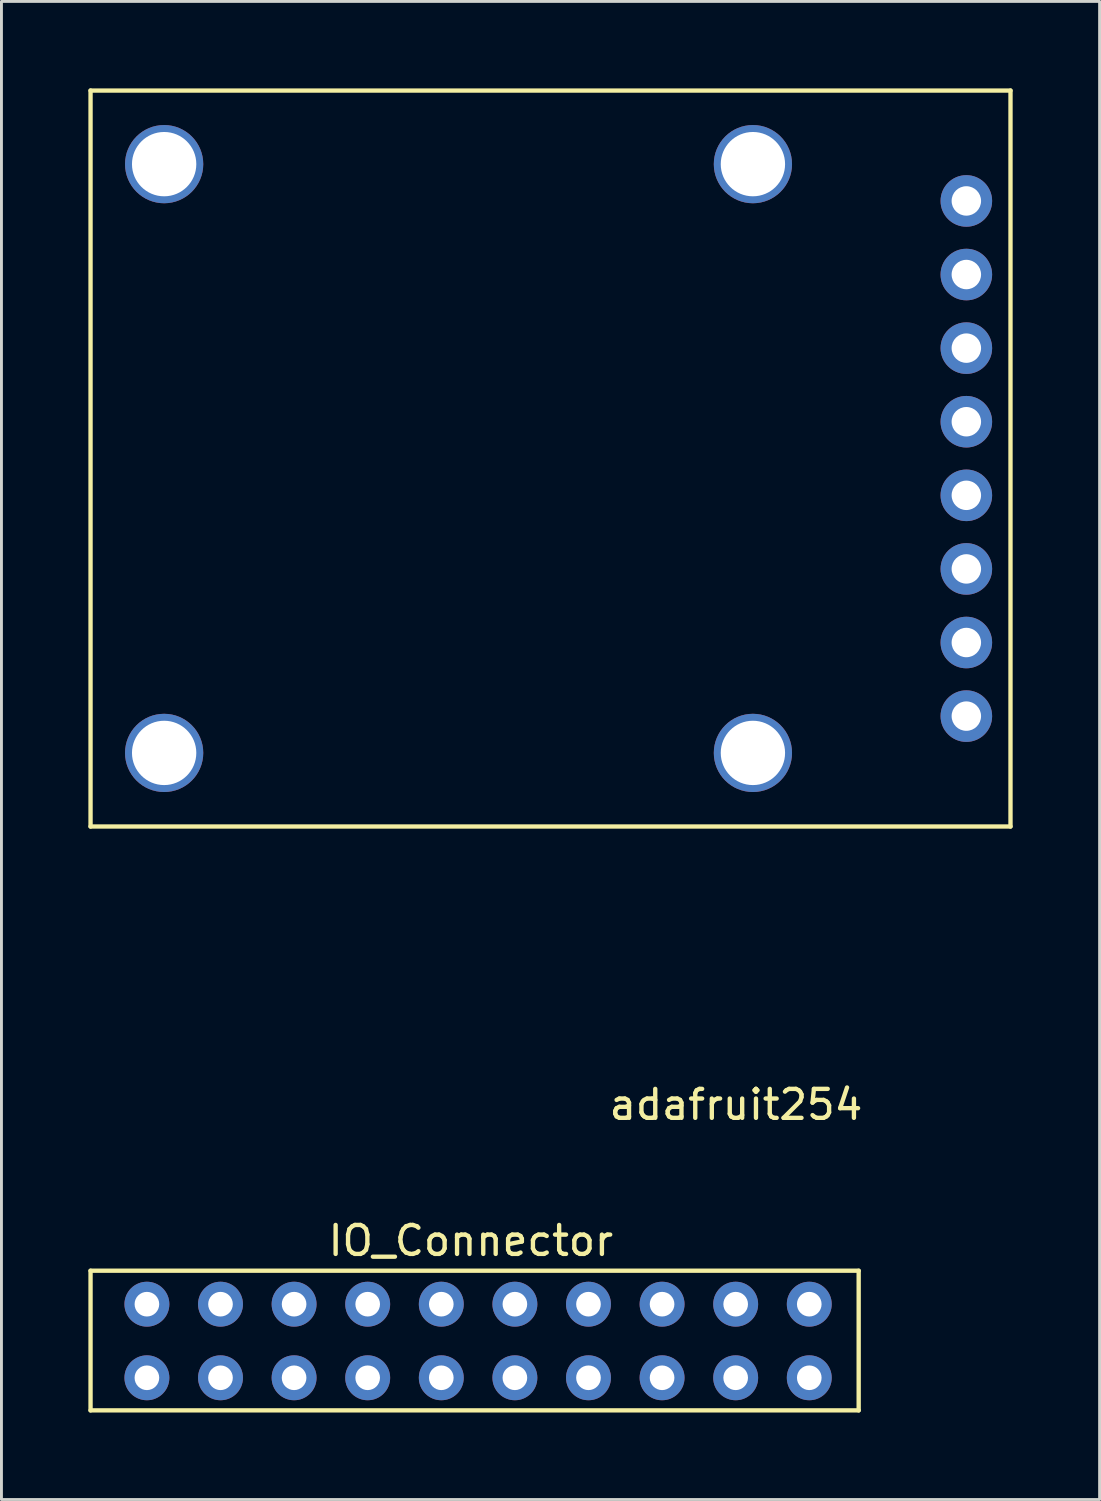
<source format=kicad_pcb>
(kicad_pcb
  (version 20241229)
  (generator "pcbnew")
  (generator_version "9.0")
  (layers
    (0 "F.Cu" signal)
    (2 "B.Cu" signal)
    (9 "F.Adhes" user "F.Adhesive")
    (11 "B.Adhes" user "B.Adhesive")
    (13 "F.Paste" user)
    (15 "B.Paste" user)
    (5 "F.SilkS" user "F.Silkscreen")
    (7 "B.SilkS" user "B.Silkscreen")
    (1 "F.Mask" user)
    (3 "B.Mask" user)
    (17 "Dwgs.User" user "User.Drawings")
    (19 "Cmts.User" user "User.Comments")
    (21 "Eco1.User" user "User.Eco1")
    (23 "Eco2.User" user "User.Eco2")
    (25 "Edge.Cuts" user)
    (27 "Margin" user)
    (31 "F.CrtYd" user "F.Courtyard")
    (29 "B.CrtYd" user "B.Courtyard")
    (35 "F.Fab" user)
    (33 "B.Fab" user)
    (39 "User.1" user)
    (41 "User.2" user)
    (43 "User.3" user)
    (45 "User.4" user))
  (footprint "adafruit254"
    (layer "F.Cu")
    (at 15.95 25.475)
    (property "Reference" "adafruit254" (at 6.4 9.6 0) (layer "F.SilkS") (effects (font (size 1 1) (thickness 0.15))))
    (attr through_hole)
    (fp_line (start -15.875 -25.4) (end -15.875 0) (stroke (width 0.15) (type solid)) (layer "F.SilkS"))
    (fp_line (start -15.875 -25.4) (end 15.875 -25.4) (stroke (width 0.15) (type solid)) (layer "F.SilkS"))
    (fp_line (start -15.875 0) (end 15.875 0) (stroke (width 0.15) (type solid)) (layer "F.SilkS"))
    (fp_line (start 15.875 -25.4) (end 15.875 0) (stroke (width 0.15) (type solid)) (layer "F.SilkS"))
    (pad "" np_thru_hole circle (at -13.335 -22.86) (size 2.7 2.7) (drill 2.22) (layers "*.Cu" "*.Mask"))
    (pad "" np_thru_hole circle (at -13.335 -2.54) (size 2.7 2.7) (drill 2.22) (layers "*.Cu" "*.Mask"))
    (pad "" np_thru_hole circle (at 6.985 -22.86) (size 2.7 2.7) (drill 2.22) (layers "*.Cu" "*.Mask"))
    (pad "" np_thru_hole circle (at 6.985 -2.54) (size 2.7 2.7) (drill 2.22) (layers "*.Cu" "*.Mask"))
    (pad "1" thru_hole circle (at 14.351 -3.81 90) (size 1.78 1.78) (drill 1.016) (layers "*.Cu" "*.Mask"))
    (pad "2" thru_hole circle (at 14.351 -6.35 90) (size 1.78 1.78) (drill 1.016) (layers "*.Cu" "*.Mask"))
    (pad "3" thru_hole circle (at 14.351 -8.89 90) (size 1.78 1.78) (drill 1.016) (layers "*.Cu" "*.Mask"))
    (pad "4" thru_hole circle (at 14.351 -11.43 90) (size 1.78 1.78) (drill 1.016) (layers "*.Cu" "*.Mask"))
    (pad "5" thru_hole circle (at 14.351 -13.97 90) (size 1.78 1.78) (drill 1.016) (layers "*.Cu" "*.Mask"))
    (pad "6" thru_hole circle (at 14.351 -16.51 90) (size 1.78 1.78) (drill 1.016) (layers "*.Cu" "*.Mask"))
    (pad "7" thru_hole circle (at 14.351 -19.05 90) (size 1.78 1.78) (drill 1.016) (layers "*.Cu" "*.Mask"))
    (pad "8" thru_hole circle (at 14.351 -21.59 90) (size 1.78 1.78) (drill 1.016) (layers "*.Cu" "*.Mask")))
  (footprint "IO_Connector"
    (layer "F.Cu")
    (at 3.12 39.761)
    (property "Reference" "IO_Connector" (at 10.08 0.01 0) (layer "F.SilkS") (effects (font (size 1 1) (thickness 0.15))))
    (attr through_hole)
    (fp_line (start -3.045 1.045) (end 23.465 1.045) (stroke (width 0.15) (type solid)) (layer "F.SilkS"))
    (fp_line (start -3.045 5.865) (end -3.045 1.045) (stroke (width 0.15) (type solid)) (layer "F.SilkS"))
    (fp_line (start 23.465 1.045) (end 23.465 5.865) (stroke (width 0.15) (type solid)) (layer "F.SilkS"))
    (fp_line (start 23.465 5.865) (end -3.045 5.865) (stroke (width 0.15) (type solid)) (layer "F.SilkS"))
    (pad "1" thru_hole circle (at -1.1 2.2) (size 1.55 1.55) (drill 0.85) (layers "*.Cu" "*.Mask"))
    (pad "2" thru_hole circle (at 1.44 2.2) (size 1.55 1.55) (drill 0.85) (layers "*.Cu" "*.Mask"))
    (pad "3" thru_hole circle (at 3.98 2.2) (size 1.55 1.55) (drill 0.85) (layers "*.Cu" "*.Mask"))
    (pad "4" thru_hole circle (at 6.52 2.2) (size 1.55 1.55) (drill 0.85) (layers "*.Cu" "*.Mask"))
    (pad "5" thru_hole circle (at 9.06 2.2) (size 1.55 1.55) (drill 0.85) (layers "*.Cu" "*.Mask"))
    (pad "6" thru_hole circle (at 11.6 2.2) (size 1.55 1.55) (drill 0.85) (layers "*.Cu" "*.Mask"))
    (pad "7" thru_hole circle (at 14.14 2.2) (size 1.55 1.55) (drill 0.85) (layers "*.Cu" "*.Mask"))
    (pad "8" thru_hole circle (at 16.68 2.2) (size 1.55 1.55) (drill 0.85) (layers "*.Cu" "*.Mask"))
    (pad "9" thru_hole circle (at 19.22 2.2) (size 1.55 1.55) (drill 0.85) (layers "*.Cu" "*.Mask"))
    (pad "10" thru_hole circle (at 21.76 2.2) (size 1.55 1.55) (drill 0.85) (layers "*.Cu" "*.Mask"))
    (pad "11" thru_hole circle (at -1.1 4.74) (size 1.55 1.55) (drill 0.85) (layers "*.Cu" "*.Mask"))
    (pad "12" thru_hole circle (at 1.44 4.74) (size 1.55 1.55) (drill 0.85) (layers "*.Cu" "*.Mask"))
    (pad "13" thru_hole circle (at 3.98 4.74) (size 1.55 1.55) (drill 0.85) (layers "*.Cu" "*.Mask"))
    (pad "14" thru_hole circle (at 6.52 4.74) (size 1.55 1.55) (drill 0.85) (layers "*.Cu" "*.Mask"))
    (pad "15" thru_hole circle (at 9.06 4.74) (size 1.55 1.55) (drill 0.85) (layers "*.Cu" "*.Mask"))
    (pad "16" thru_hole circle (at 11.6 4.74) (size 1.55 1.55) (drill 0.85) (layers "*.Cu" "*.Mask"))
    (pad "17" thru_hole circle (at 14.14 4.74) (size 1.55 1.55) (drill 0.85) (layers "*.Cu" "*.Mask"))
    (pad "18" thru_hole circle (at 16.68 4.74) (size 1.55 1.55) (drill 0.85) (layers "*.Cu" "*.Mask"))
    (pad "19" thru_hole circle (at 19.22 4.74) (size 1.55 1.55) (drill 0.85) (layers "*.Cu" "*.Mask"))
    (pad "20" thru_hole circle (at 21.76 4.74) (size 1.55 1.55) (drill 0.85) (layers "*.Cu" "*.Mask")))
  (gr_rect
    (start -3 -3)
    (end 34.9 48.702)
    (stroke (width 0.1) (type default))
    (fill no)
    (layer "Edge.Cuts")))
</source>
